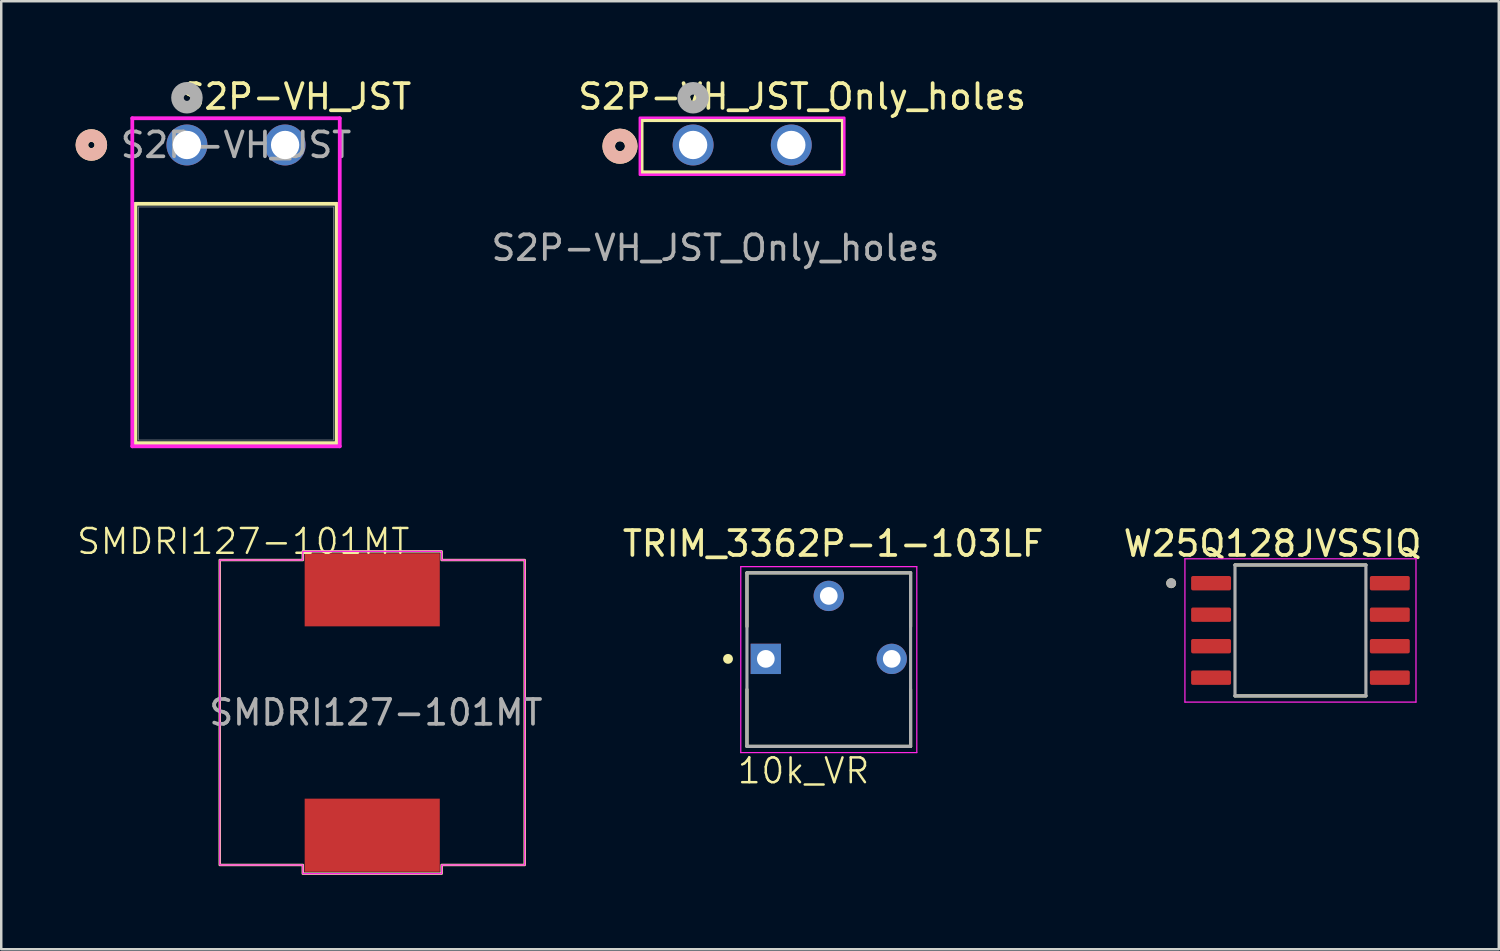
<source format=kicad_pcb>
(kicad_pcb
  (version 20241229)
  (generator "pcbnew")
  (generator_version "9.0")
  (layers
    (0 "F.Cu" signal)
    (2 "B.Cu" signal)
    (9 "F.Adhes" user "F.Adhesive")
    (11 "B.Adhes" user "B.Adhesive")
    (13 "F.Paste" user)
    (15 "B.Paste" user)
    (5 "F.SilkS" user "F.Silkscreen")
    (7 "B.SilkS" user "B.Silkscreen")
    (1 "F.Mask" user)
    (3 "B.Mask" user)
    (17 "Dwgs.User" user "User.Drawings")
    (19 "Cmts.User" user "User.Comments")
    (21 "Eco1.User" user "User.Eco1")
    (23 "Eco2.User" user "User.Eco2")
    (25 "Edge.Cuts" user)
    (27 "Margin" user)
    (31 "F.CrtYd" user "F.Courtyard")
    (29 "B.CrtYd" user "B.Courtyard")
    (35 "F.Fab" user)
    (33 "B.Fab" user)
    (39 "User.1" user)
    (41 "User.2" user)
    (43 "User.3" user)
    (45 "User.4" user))
  (footprint "W25Q128JVSSIQ"
    (layer "F.Cu")
    (at 49.404 22.379)
    (property "Reference" "W25Q128JVSSIQ" (at -1.125 -3.502 0) (layer "F.SilkS") (effects (font (size 1 1) (thickness 0.15))))
    (attr smd)
    (fp_line (start -2.64 -2.64) (end 2.64 -2.64) (stroke (width 0.127) (type solid)) (layer "F.SilkS"))
    (fp_line (start -2.64 2.64) (end 2.64 2.64) (stroke (width 0.127) (type solid)) (layer "F.SilkS"))
    (fp_circle (center -5.215 -1.905) (end -5.115 -1.905) (stroke (width 0.2) (type solid)) (fill no) (layer "F.SilkS"))
    (fp_line (start -4.66 -2.89) (end -4.66 2.89) (stroke (width 0.05) (type solid)) (layer "F.CrtYd"))
    (fp_line (start -4.66 -2.89) (end 4.66 -2.89) (stroke (width 0.05) (type solid)) (layer "F.CrtYd"))
    (fp_line (start -4.66 2.89) (end 4.66 2.89) (stroke (width 0.05) (type solid)) (layer "F.CrtYd"))
    (fp_line (start 4.66 -2.89) (end 4.66 2.89) (stroke (width 0.05) (type solid)) (layer "F.CrtYd"))
    (fp_line (start -2.64 -2.64) (end -2.64 2.64) (stroke (width 0.127) (type solid)) (layer "F.Fab"))
    (fp_line (start -2.64 -2.64) (end 2.64 -2.64) (stroke (width 0.127) (type solid)) (layer "F.Fab"))
    (fp_line (start -2.64 2.64) (end 2.64 2.64) (stroke (width 0.127) (type solid)) (layer "F.Fab"))
    (fp_line (start 2.64 -2.64) (end 2.64 2.64) (stroke (width 0.127) (type solid)) (layer "F.Fab"))
    (fp_circle (center -5.215 -1.905) (end -5.115 -1.905) (stroke (width 0.2) (type solid)) (fill no) (layer "F.Fab"))
    (pad "1" smd roundrect (at -3.605 -1.905) (size 1.61 0.58) (layers "F.Cu" "F.Mask" "F.Paste") (roundrect_rratio 0.125))
    (pad "2" smd roundrect (at -3.605 -0.635) (size 1.61 0.58) (layers "F.Cu" "F.Mask" "F.Paste") (roundrect_rratio 0.125))
    (pad "3" smd roundrect (at -3.605 0.635) (size 1.61 0.58) (layers "F.Cu" "F.Mask" "F.Paste") (roundrect_rratio 0.125))
    (pad "4" smd roundrect (at -3.605 1.905) (size 1.61 0.58) (layers "F.Cu" "F.Mask" "F.Paste") (roundrect_rratio 0.125))
    (pad "5" smd roundrect (at 3.605 1.905) (size 1.61 0.58) (layers "F.Cu" "F.Mask" "F.Paste") (roundrect_rratio 0.125))
    (pad "6" smd roundrect (at 3.605 0.635) (size 1.61 0.58) (layers "F.Cu" "F.Mask" "F.Paste") (roundrect_rratio 0.125))
    (pad "7" smd roundrect (at 3.605 -0.635) (size 1.61 0.58) (layers "F.Cu" "F.Mask" "F.Paste") (roundrect_rratio 0.125))
    (pad "8" smd roundrect (at 3.605 -1.905) (size 1.61 0.58) (layers "F.Cu" "F.Mask" "F.Paste") (roundrect_rratio 0.125)))
  (footprint "S2P-VH_JST_Only_holes"
    (layer "F.Cu")
    (at 24.907 2.798)
    (property "Reference" "S2P-VH_JST_Only_holes" (at 4.4 -1.95 0) (unlocked yes) (layer "F.SilkS") (effects (font (size 1 1) (thickness 0.15))))
    (attr through_hole)
    (fp_line (start -2.077 -1) (end -2.077 1.1) (stroke (width 0.152) (type solid)) (layer "F.SilkS"))
    (fp_line (start -2.057 1.1) (end 6.037 1.1) (stroke (width 0.152) (type solid)) (layer "F.SilkS"))
    (fp_line (start 6.037 -1) (end -2.077 -1) (stroke (width 0.152) (type solid)) (layer "F.SilkS"))
    (fp_line (start 6.037 1.1) (end 6.037 -1) (stroke (width 0.152) (type solid)) (layer "F.SilkS"))
    (fp_circle (center -2.95 0.05) (end -2.75 0.05) (stroke (width 0.508) (type solid)) (fill no) (layer "F.SilkS"))
    (fp_circle (center -2.95 0.05) (end -2.75 0.05) (stroke (width 0.508) (type solid)) (fill no) (layer "B.SilkS"))
    (fp_rect (start -2.15 -1.1) (end 6.1 1.2) (stroke (width 0.1) (type default)) (fill no) (layer "F.CrtYd"))
    (fp_rect (start -2.15 -1.1) (end 6.1 1.2) (stroke (width 0.05) (type default)) (fill no) (layer "F.Fab"))
    (fp_circle (center 0 -1.905) (end 0.381 -1.905) (stroke (width 0.508) (type solid)) (fill no) (layer "F.Fab"))
    (fp_text user "${REFERENCE}" (at 0.9 4.15 0) (unlocked yes) (layer "F.Fab") (effects (font (size 1 1) (thickness 0.15))))
    (pad "1" thru_hole circle (at 0 0) (size 1.651 1.651) (drill 1.143) (layers "*.Cu" "*.Mask"))
    (pad "2" thru_hole circle (at 3.96 0) (size 1.651 1.651) (drill 1.143) (layers "*.Cu" "*.Mask")))
  (footprint "SMDRI127-101MT"
    (layer "F.Cu")
    (at 11.964 25.689)
    (property "Reference" "SMDRI127-101MT" (at -5.2 -6.9 0) (unlocked yes) (layer "F.SilkS") (effects (font (size 1 1) (thickness 0.1))))
    (attr smd)
    (fp_poly (pts (xy -2.8 6.15) (xy -6.15 6.15) (xy -6.15 -6.15) (xy -2.8 -6.15) (xy -2.8 -6.5) (xy 2.8 -6.5) (xy 2.8 -6.15) (xy 6.15 -6.15) (xy 6.15 6.15) (xy 2.8 6.15) (xy 2.8 6.5) (xy -2.8 6.5)) (stroke (width 0.1) (type solid)) (fill no) (layer "F.SilkS"))
    (fp_poly (pts (xy 2.8 6.15) (xy 2.8 6.5) (xy -2.8 6.5) (xy -2.8 6.15) (xy -6.15 6.15) (xy -6.15 -6.15) (xy -2.8 -6.15) (xy -2.8 -6.5) (xy 2.8 -6.5) (xy 2.8 -6.15) (xy 6.15 -6.15) (xy 6.15 6.15)) (stroke (width 0.05) (type solid)) (fill no) (layer "F.CrtYd"))
    (fp_text user "${REFERENCE}" (at 0.15 0 0) (unlocked yes) (layer "F.Fab") (effects (font (size 1 1) (thickness 0.15))))
    (pad "1" smd rect (at 0 -4.95) (size 5.45 2.95) (layers "F.Cu" "F.Mask" "F.Paste"))
    (pad "2" smd rect (at 0 4.95) (size 5.45 2.95) (layers "F.Cu" "F.Mask" "F.Paste")))
  (footprint "S2P-VH_JST"
    (layer "F.Cu")
    (at 4.49 2.798)
    (property "Reference" "S2P-VH_JST" (at 4.4 -1.95 0) (unlocked yes) (layer "F.SilkS") (effects (font (size 1 1) (thickness 0.15))))
    (attr through_hole)
    (fp_line (start -2.077 2.373) (end -2.077 12.027) (stroke (width 0.152) (type solid)) (layer "F.SilkS"))
    (fp_line (start -2.077 12.027) (end 6.037 12.027) (stroke (width 0.152) (type solid)) (layer "F.SilkS"))
    (fp_line (start 6.037 2.373) (end -2.077 2.373) (stroke (width 0.152) (type solid)) (layer "F.SilkS"))
    (fp_line (start 6.037 12.027) (end 6.037 2.373) (stroke (width 0.152) (type solid)) (layer "F.SilkS"))
    (fp_circle (center -3.855 0) (end -3.474 0) (stroke (width 0.508) (type solid)) (fill no) (layer "F.SilkS"))
    (fp_circle (center -3.855 0) (end -3.474 0) (stroke (width 0.508) (type solid)) (fill no) (layer "B.SilkS"))
    (fp_line (start -2.204 -1.079) (end -2.204 12.154) (stroke (width 0.152) (type solid)) (layer "F.CrtYd"))
    (fp_line (start -2.204 12.154) (end 6.164 12.154) (stroke (width 0.152) (type solid)) (layer "F.CrtYd"))
    (fp_line (start 6.164 -1.079) (end -2.204 -1.079) (stroke (width 0.152) (type solid)) (layer "F.CrtYd"))
    (fp_line (start 6.164 12.154) (end 6.164 -1.079) (stroke (width 0.152) (type solid)) (layer "F.CrtYd"))
    (fp_line (start -1.95 2.5) (end -1.95 11.9) (stroke (width 0.025) (type solid)) (layer "F.Fab"))
    (fp_line (start -1.95 11.9) (end 5.91 11.9) (stroke (width 0.025) (type solid)) (layer "F.Fab"))
    (fp_line (start 5.91 2.5) (end -1.95 2.5) (stroke (width 0.025) (type solid)) (layer "F.Fab"))
    (fp_line (start 5.91 11.9) (end 5.91 2.5) (stroke (width 0.025) (type solid)) (layer "F.Fab"))
    (fp_circle (center 0 -1.905) (end 0.381 -1.905) (stroke (width 0.508) (type solid)) (fill no) (layer "F.Fab"))
    (fp_text user "${REFERENCE}" (at 1.98 0 0) (unlocked yes) (layer "F.Fab") (effects (font (size 1 1) (thickness 0.15))))
    (pad "1" thru_hole circle (at 0 0) (size 1.651 1.651) (drill 1.143) (layers "*.Cu" "*.Mask"))
    (pad "2" thru_hole circle (at 3.96 0) (size 1.651 1.651) (drill 1.143) (layers "*.Cu" "*.Mask")))
  (footprint "TRIM_3362P-1-103LF"
    (layer "F.Cu")
    (at 30.379 23.526)
    (property "Reference" "TRIM_3362P-1-103LF" (at 0.175 -4.648 0) (layer "F.SilkS") (effects (font (size 1.003 1.003) (thickness 0.15))))
    (attr through_hole)
    (fp_line (start -3.3 -3.47) (end 3.3 -3.47) (stroke (width 0.127) (type solid)) (layer "F.SilkS"))
    (fp_line (start -3.3 -1.305) (end -3.3 -3.47) (stroke (width 0.127) (type solid)) (layer "F.SilkS"))
    (fp_line (start -3.3 3.52) (end -3.3 1.235) (stroke (width 0.127) (type solid)) (layer "F.SilkS"))
    (fp_line (start 3.3 -3.47) (end 3.3 -1.305) (stroke (width 0.127) (type solid)) (layer "F.SilkS"))
    (fp_line (start 3.3 1.235) (end 3.3 3.52) (stroke (width 0.127) (type solid)) (layer "F.SilkS"))
    (fp_line (start 3.3 3.53) (end -3.3 3.53) (stroke (width 0.127) (type solid)) (layer "F.SilkS"))
    (fp_circle (center -4.064 0) (end -3.964 0) (stroke (width 0.2) (type solid)) (fill no) (layer "F.SilkS"))
    (fp_line (start -3.55 -3.72) (end 3.55 -3.72) (stroke (width 0.05) (type solid)) (layer "F.CrtYd"))
    (fp_line (start -3.55 3.78) (end -3.55 -3.72) (stroke (width 0.05) (type solid)) (layer "F.CrtYd"))
    (fp_line (start 3.55 -3.72) (end 3.55 3.78) (stroke (width 0.05) (type solid)) (layer "F.CrtYd"))
    (fp_line (start 3.55 3.78) (end -3.55 3.78) (stroke (width 0.05) (type solid)) (layer "F.CrtYd"))
    (fp_line (start -3.3 -3.47) (end 3.3 -3.47) (stroke (width 0.127) (type solid)) (layer "F.Fab"))
    (fp_line (start -3.3 3.53) (end -3.3 -3.47) (stroke (width 0.127) (type solid)) (layer "F.Fab"))
    (fp_line (start 3.3 -3.47) (end 3.3 3.53) (stroke (width 0.127) (type solid)) (layer "F.Fab"))
    (fp_line (start 3.3 3.53) (end -3.3 3.53) (stroke (width 0.127) (type solid)) (layer "F.Fab"))
    (fp_text user "10k_VR" (at -3.75 5.1 0) (unlocked yes) (layer "F.SilkS") (effects (font (size 1 1) (thickness 0.1)) (justify left bottom)))
    (pad "1" thru_hole rect (at -2.54 0) (size 1.222 1.222) (drill 0.714) (layers "*.Cu" "*.Mask"))
    (pad "2" thru_hole circle (at 0 -2.54) (size 1.222 1.222) (drill 0.714) (layers "*.Cu" "*.Mask"))
    (pad "3" thru_hole circle (at 2.54 0) (size 1.222 1.222) (drill 0.714) (layers "*.Cu" "*.Mask")))
  (gr_rect
    (start -3 -3)
    (end 57.404 35.239)
    (stroke (width 0.1) (type default))
    (fill no)
    (layer "Edge.Cuts")))
</source>
